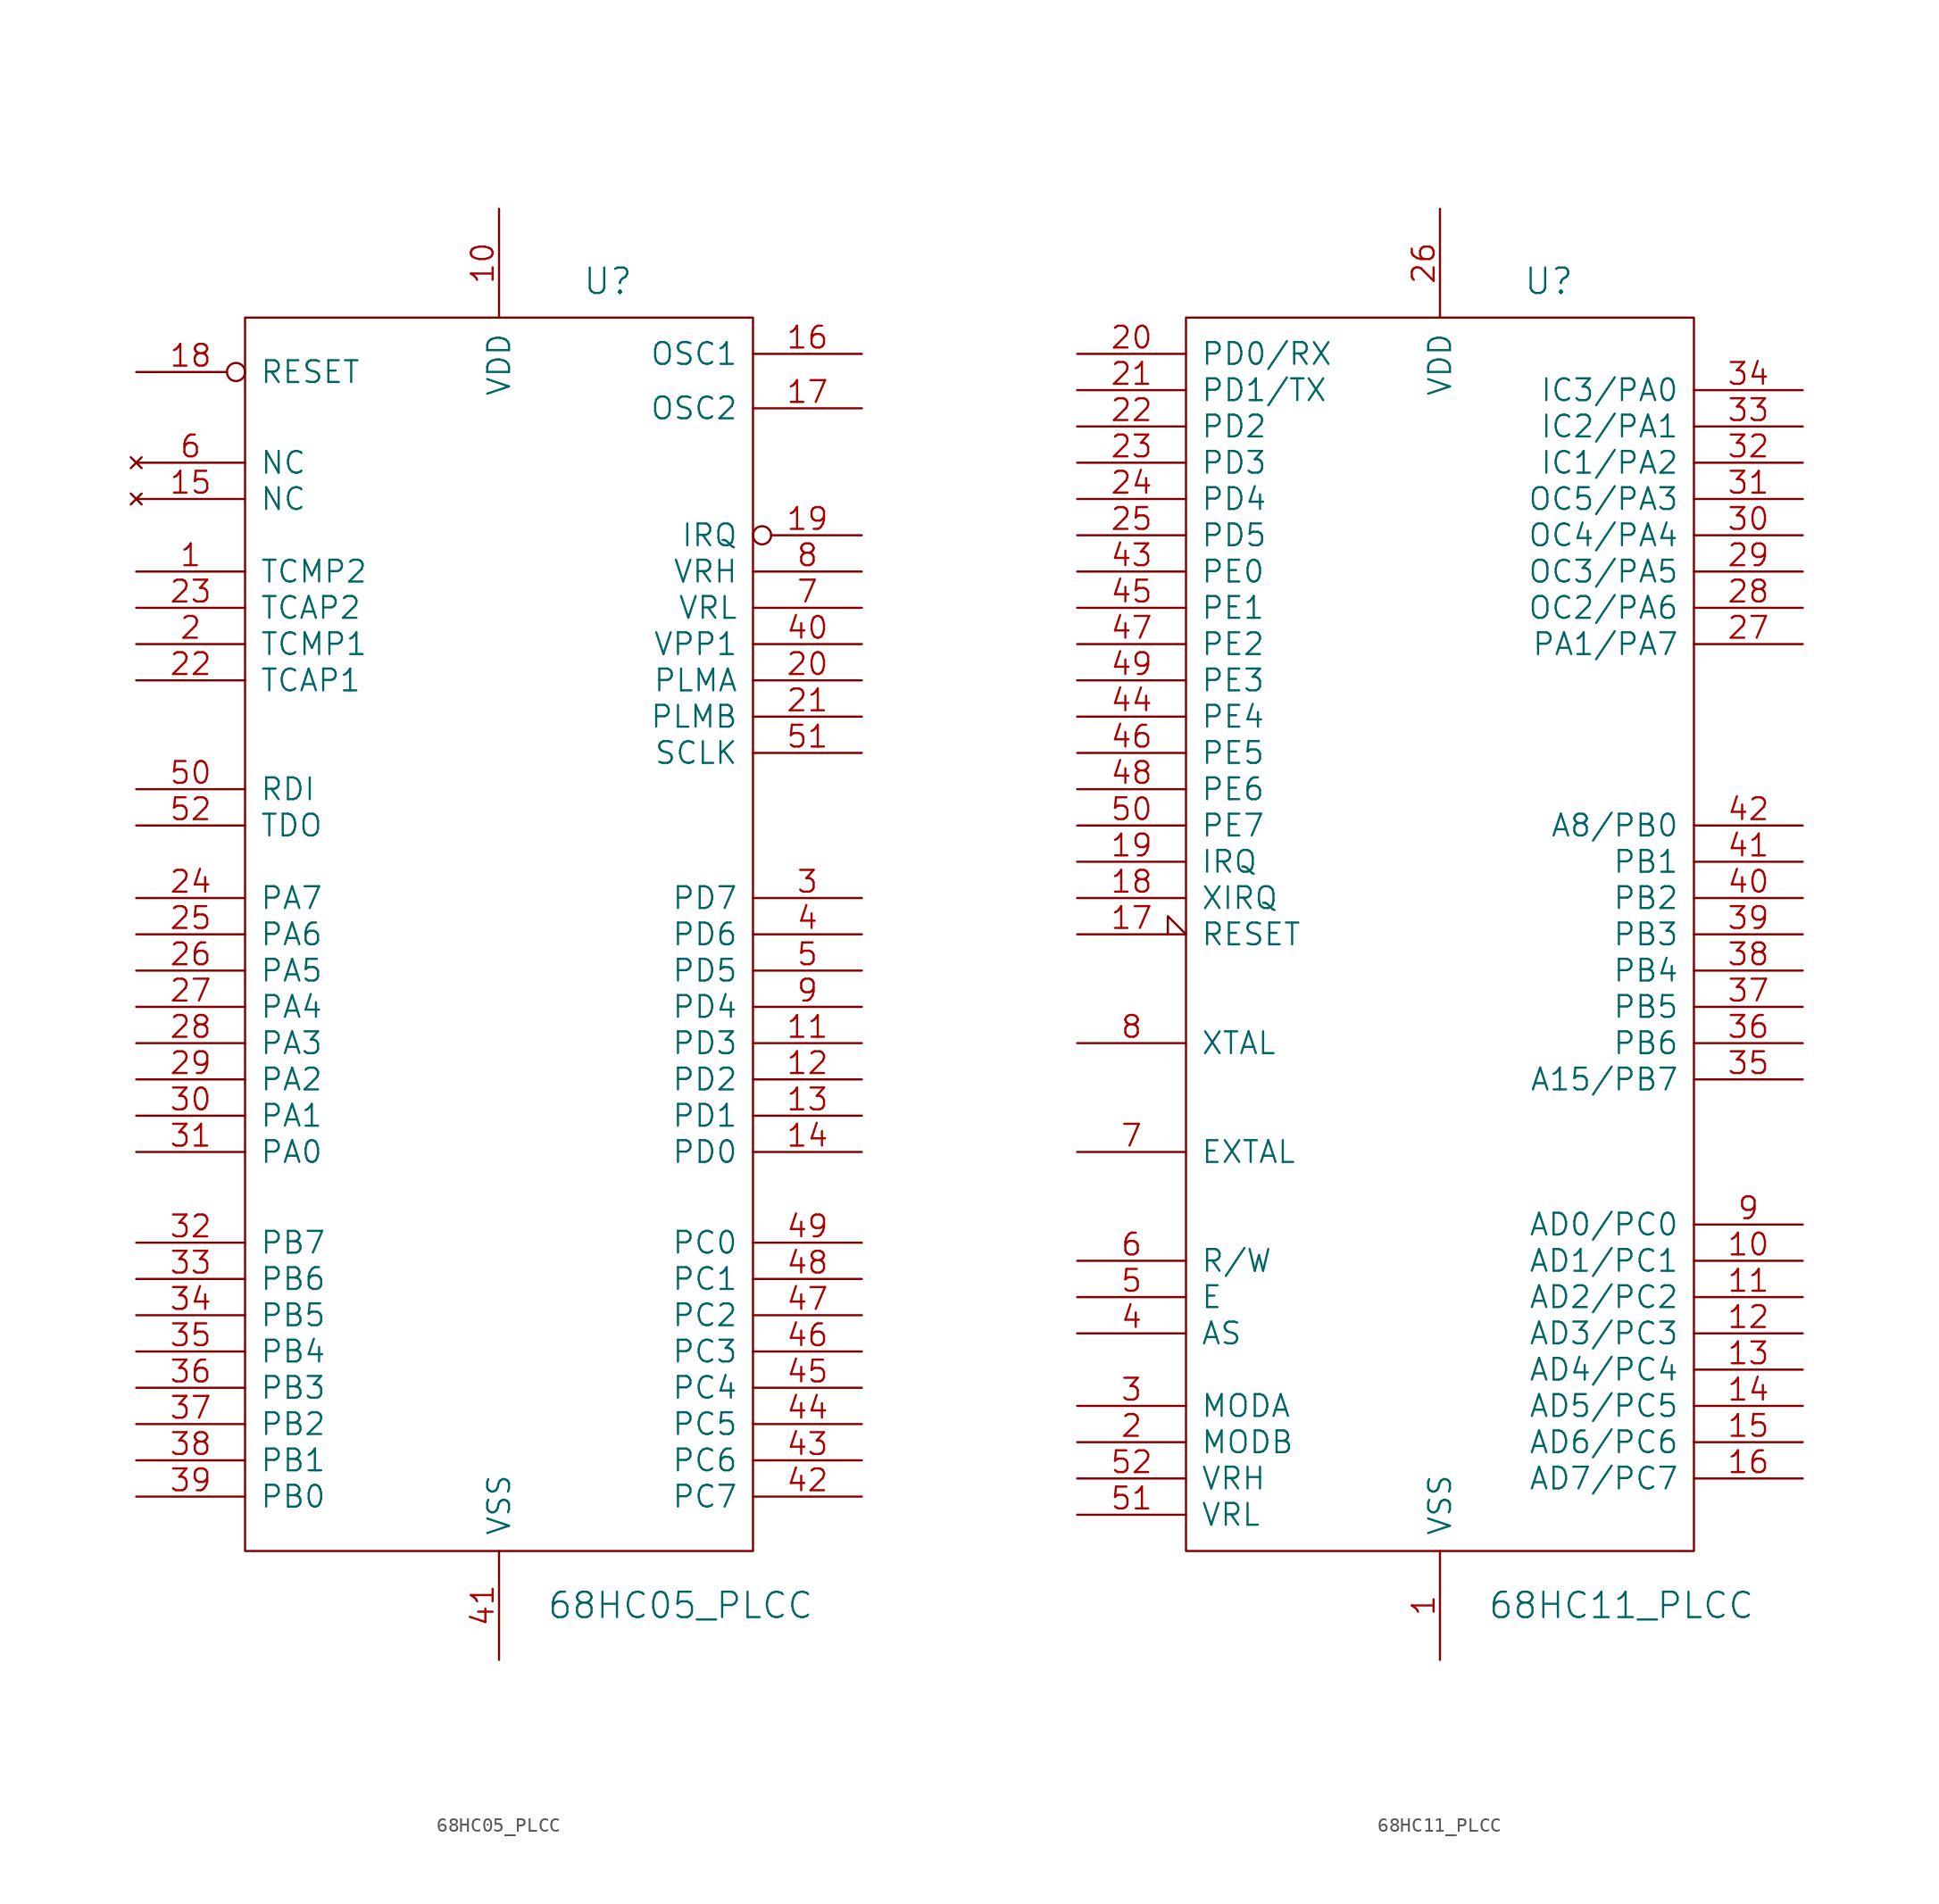
<source format=kicad_sym>
(kicad_symbol_lib
  (version 20211014)
  (generator kicad_symbol_editor)
  (symbol "68HC05_PLCC"
    (pin_names
      (offset 1.016))
    (property "Reference" "U"
      (at 7.62 45.72 0)
      (effects (font (size 1.778 1.778))))
    (property "Value" "68HC05_PLCC"
      (at 12.7 -46.99 0)
      (effects (font (size 1.778 1.778))))
    (property "Footprint" ""
      (at 0 0 0)
      (effects (font (size 1.524 1.524))))
    (property "Datasheet" ""
      (at 0 0 0)
      (effects (font (size 1.524 1.524))))
    (symbol "68HC05_PLCC_0_1"
      (rectangle (start -17.78 -43.18) (end 17.78 43.18) (stroke (width 0) (type default) (color 0 0 0 0)) (fill (type none))))
    (symbol "68HC05_PLCC_1_1"
      (pin output line (at -25.4 25.4 0) (length 7.62) (name "TCMP2" (effects (font (size 1.524 1.524)))) (number "1" (effects (font (size 1.524 1.524)))))
      (pin power_in line (at 0 50.8 270) (length 7.62) (name "VDD" (effects (font (size 1.524 1.524)))) (number "10" (effects (font (size 1.524 1.524)))))
      (pin bidirectional line (at 25.4 -7.62 180) (length 7.62) (name "PD3" (effects (font (size 1.524 1.524)))) (number "11" (effects (font (size 1.524 1.524)))))
      (pin bidirectional line (at 25.4 -10.16 180) (length 7.62) (name "PD2" (effects (font (size 1.524 1.524)))) (number "12" (effects (font (size 1.524 1.524)))))
      (pin bidirectional line (at 25.4 -12.7 180) (length 7.62) (name "PD1" (effects (font (size 1.524 1.524)))) (number "13" (effects (font (size 1.524 1.524)))))
      (pin bidirectional line (at 25.4 -15.24 180) (length 7.62) (name "PD0" (effects (font (size 1.524 1.524)))) (number "14" (effects (font (size 1.524 1.524)))))
      (pin no_connect line (at -25.4 30.48 0) (length 7.62) (name "NC" (effects (font (size 1.524 1.524)))) (number "15" (effects (font (size 1.524 1.524)))))
      (pin input line (at 25.4 40.64 180) (length 7.62) (name "OSC1" (effects (font (size 1.524 1.524)))) (number "16" (effects (font (size 1.524 1.524)))))
      (pin input line (at 25.4 36.83 180) (length 7.62) (name "OSC2" (effects (font (size 1.524 1.524)))) (number "17" (effects (font (size 1.524 1.524)))))
      (pin input inverted (at -25.4 39.37 0) (length 7.62) (name "RESET" (effects (font (size 1.524 1.524)))) (number "18" (effects (font (size 1.524 1.524)))))
      (pin input inverted (at 25.4 27.94 180) (length 7.62) (name "IRQ" (effects (font (size 1.524 1.524)))) (number "19" (effects (font (size 1.524 1.524)))))
      (pin input line (at -25.4 20.32 0) (length 7.62) (name "TCMP1" (effects (font (size 1.524 1.524)))) (number "2" (effects (font (size 1.524 1.524)))))
      (pin input line (at 25.4 17.78 180) (length 7.62) (name "PLMA" (effects (font (size 1.524 1.524)))) (number "20" (effects (font (size 1.524 1.524)))))
      (pin input line (at 25.4 15.24 180) (length 7.62) (name "PLMB" (effects (font (size 1.524 1.524)))) (number "21" (effects (font (size 1.524 1.524)))))
      (pin input line (at -25.4 17.78 0) (length 7.62) (name "TCAP1" (effects (font (size 1.524 1.524)))) (number "22" (effects (font (size 1.524 1.524)))))
      (pin input line (at -25.4 22.86 0) (length 7.62) (name "TCAP2" (effects (font (size 1.524 1.524)))) (number "23" (effects (font (size 1.524 1.524)))))
      (pin bidirectional line (at -25.4 2.54 0) (length 7.62) (name "PA7" (effects (font (size 1.524 1.524)))) (number "24" (effects (font (size 1.524 1.524)))))
      (pin bidirectional line (at -25.4 0 0) (length 7.62) (name "PA6" (effects (font (size 1.524 1.524)))) (number "25" (effects (font (size 1.524 1.524)))))
      (pin bidirectional line (at -25.4 -2.54 0) (length 7.62) (name "PA5" (effects (font (size 1.524 1.524)))) (number "26" (effects (font (size 1.524 1.524)))))
      (pin bidirectional line (at -25.4 -5.08 0) (length 7.62) (name "PA4" (effects (font (size 1.524 1.524)))) (number "27" (effects (font (size 1.524 1.524)))))
      (pin bidirectional line (at -25.4 -7.62 0) (length 7.62) (name "PA3" (effects (font (size 1.524 1.524)))) (number "28" (effects (font (size 1.524 1.524)))))
      (pin bidirectional line (at -25.4 -10.16 0) (length 7.62) (name "PA2" (effects (font (size 1.524 1.524)))) (number "29" (effects (font (size 1.524 1.524)))))
      (pin bidirectional line (at 25.4 2.54 180) (length 7.62) (name "PD7" (effects (font (size 1.524 1.524)))) (number "3" (effects (font (size 1.524 1.524)))))
      (pin bidirectional line (at -25.4 -12.7 0) (length 7.62) (name "PA1" (effects (font (size 1.524 1.524)))) (number "30" (effects (font (size 1.524 1.524)))))
      (pin bidirectional line (at -25.4 -15.24 0) (length 7.62) (name "PA0" (effects (font (size 1.524 1.524)))) (number "31" (effects (font (size 1.524 1.524)))))
      (pin bidirectional line (at -25.4 -21.59 0) (length 7.62) (name "PB7" (effects (font (size 1.524 1.524)))) (number "32" (effects (font (size 1.524 1.524)))))
      (pin bidirectional line (at -25.4 -24.13 0) (length 7.62) (name "PB6" (effects (font (size 1.524 1.524)))) (number "33" (effects (font (size 1.524 1.524)))))
      (pin bidirectional line (at -25.4 -26.67 0) (length 7.62) (name "PB5" (effects (font (size 1.524 1.524)))) (number "34" (effects (font (size 1.524 1.524)))))
      (pin bidirectional line (at -25.4 -29.21 0) (length 7.62) (name "PB4" (effects (font (size 1.524 1.524)))) (number "35" (effects (font (size 1.524 1.524)))))
      (pin bidirectional line (at -25.4 -31.75 0) (length 7.62) (name "PB3" (effects (font (size 1.524 1.524)))) (number "36" (effects (font (size 1.524 1.524)))))
      (pin bidirectional line (at -25.4 -34.29 0) (length 7.62) (name "PB2" (effects (font (size 1.524 1.524)))) (number "37" (effects (font (size 1.524 1.524)))))
      (pin bidirectional line (at -25.4 -36.83 0) (length 7.62) (name "PB1" (effects (font (size 1.524 1.524)))) (number "38" (effects (font (size 1.524 1.524)))))
      (pin bidirectional line (at -25.4 -39.37 0) (length 7.62) (name "PB0" (effects (font (size 1.524 1.524)))) (number "39" (effects (font (size 1.524 1.524)))))
      (pin bidirectional line (at 25.4 0 180) (length 7.62) (name "PD6" (effects (font (size 1.524 1.524)))) (number "4" (effects (font (size 1.524 1.524)))))
      (pin power_in line (at 25.4 20.32 180) (length 7.62) (name "VPP1" (effects (font (size 1.524 1.524)))) (number "40" (effects (font (size 1.524 1.524)))))
      (pin power_out line (at 0 -50.8 90) (length 7.62) (name "VSS" (effects (font (size 1.524 1.524)))) (number "41" (effects (font (size 1.524 1.524)))))
      (pin bidirectional line (at 25.4 -39.37 180) (length 7.62) (name "PC7" (effects (font (size 1.524 1.524)))) (number "42" (effects (font (size 1.524 1.524)))))
      (pin bidirectional line (at 25.4 -36.83 180) (length 7.62) (name "PC6" (effects (font (size 1.524 1.524)))) (number "43" (effects (font (size 1.524 1.524)))))
      (pin bidirectional line (at 25.4 -34.29 180) (length 7.62) (name "PC5" (effects (font (size 1.524 1.524)))) (number "44" (effects (font (size 1.524 1.524)))))
      (pin bidirectional line (at 25.4 -31.75 180) (length 7.62) (name "PC4" (effects (font (size 1.524 1.524)))) (number "45" (effects (font (size 1.524 1.524)))))
      (pin bidirectional line (at 25.4 -29.21 180) (length 7.62) (name "PC3" (effects (font (size 1.524 1.524)))) (number "46" (effects (font (size 1.524 1.524)))))
      (pin bidirectional line (at 25.4 -26.67 180) (length 7.62) (name "PC2" (effects (font (size 1.524 1.524)))) (number "47" (effects (font (size 1.524 1.524)))))
      (pin bidirectional line (at 25.4 -24.13 180) (length 7.62) (name "PC1" (effects (font (size 1.524 1.524)))) (number "48" (effects (font (size 1.524 1.524)))))
      (pin bidirectional line (at 25.4 -21.59 180) (length 7.62) (name "PC0" (effects (font (size 1.524 1.524)))) (number "49" (effects (font (size 1.524 1.524)))))
      (pin bidirectional line (at 25.4 -2.54 180) (length 7.62) (name "PD5" (effects (font (size 1.524 1.524)))) (number "5" (effects (font (size 1.524 1.524)))))
      (pin input line (at -25.4 10.16 0) (length 7.62) (name "RDI" (effects (font (size 1.524 1.524)))) (number "50" (effects (font (size 1.524 1.524)))))
      (pin input line (at 25.4 12.7 180) (length 7.62) (name "SCLK" (effects (font (size 1.524 1.524)))) (number "51" (effects (font (size 1.524 1.524)))))
      (pin output line (at -25.4 7.62 0) (length 7.62) (name "TDO" (effects (font (size 1.524 1.524)))) (number "52" (effects (font (size 1.524 1.524)))))
      (pin no_connect line (at -25.4 33.02 0) (length 7.62) (name "NC" (effects (font (size 1.524 1.524)))) (number "6" (effects (font (size 1.524 1.524)))))
      (pin input line (at 25.4 22.86 180) (length 7.62) (name "VRL" (effects (font (size 1.524 1.524)))) (number "7" (effects (font (size 1.524 1.524)))))
      (pin input line (at 25.4 25.4 180) (length 7.62) (name "VRH" (effects (font (size 1.524 1.524)))) (number "8" (effects (font (size 1.524 1.524)))))
      (pin bidirectional line (at 25.4 -5.08 180) (length 7.62) (name "PD4" (effects (font (size 1.524 1.524)))) (number "9" (effects (font (size 1.524 1.524)))))))
  (symbol "68HC11_PLCC"
    (pin_names
      (offset 1.016))
    (property "Reference" "U"
      (at 7.62 45.72 0)
      (effects (font (size 1.778 1.778))))
    (property "Value" "68HC11_PLCC"
      (at 12.7 -46.99 0)
      (effects (font (size 1.778 1.778))))
    (property "Footprint" ""
      (at 0 0 0)
      (effects (font (size 1.524 1.524))))
    (property "Datasheet" ""
      (at 0 0 0)
      (effects (font (size 1.524 1.524))))
    (symbol "68HC11_PLCC_0_1"
      (rectangle (start -17.78 -43.18) (end 17.78 43.18) (stroke (width 0) (type default) (color 0 0 0 0)) (fill (type none))))
    (symbol "68HC11_PLCC_1_1"
      (pin power_in line (at 0 -50.8 90) (length 7.62) (name "VSS" (effects (font (size 1.524 1.524)))) (number "1" (effects (font (size 1.524 1.524)))))
      (pin tri_state line (at 25.4 -22.86 180) (length 7.62) (name "AD1/PC1" (effects (font (size 1.524 1.524)))) (number "10" (effects (font (size 1.524 1.524)))))
      (pin tri_state line (at 25.4 -25.4 180) (length 7.62) (name "AD2/PC2" (effects (font (size 1.524 1.524)))) (number "11" (effects (font (size 1.524 1.524)))))
      (pin tri_state line (at 25.4 -27.94 180) (length 7.62) (name "AD3/PC3" (effects (font (size 1.524 1.524)))) (number "12" (effects (font (size 1.524 1.524)))))
      (pin tri_state line (at 25.4 -30.48 180) (length 7.62) (name "AD4/PC4" (effects (font (size 1.524 1.524)))) (number "13" (effects (font (size 1.524 1.524)))))
      (pin tri_state line (at 25.4 -33.02 180) (length 7.62) (name "AD5/PC5" (effects (font (size 1.524 1.524)))) (number "14" (effects (font (size 1.524 1.524)))))
      (pin tri_state line (at 25.4 -35.56 180) (length 7.62) (name "AD6/PC6" (effects (font (size 1.524 1.524)))) (number "15" (effects (font (size 1.524 1.524)))))
      (pin tri_state line (at 25.4 -38.1 180) (length 7.62) (name "AD7/PC7" (effects (font (size 1.524 1.524)))) (number "16" (effects (font (size 1.524 1.524)))))
      (pin input input_low (at -25.4 0 0) (length 7.62) (name "RESET" (effects (font (size 1.524 1.524)))) (number "17" (effects (font (size 1.524 1.524)))))
      (pin input line (at -25.4 2.54 0) (length 7.62) (name "XIRQ" (effects (font (size 1.524 1.524)))) (number "18" (effects (font (size 1.524 1.524)))))
      (pin input line (at -25.4 5.08 0) (length 7.62) (name "IRQ" (effects (font (size 1.524 1.524)))) (number "19" (effects (font (size 1.524 1.524)))))
      (pin input line (at -25.4 -35.56 0) (length 7.62) (name "MODB" (effects (font (size 1.524 1.524)))) (number "2" (effects (font (size 1.524 1.524)))))
      (pin bidirectional line (at -25.4 40.64 0) (length 7.62) (name "PD0/RX" (effects (font (size 1.524 1.524)))) (number "20" (effects (font (size 1.524 1.524)))))
      (pin bidirectional line (at -25.4 38.1 0) (length 7.62) (name "PD1/TX" (effects (font (size 1.524 1.524)))) (number "21" (effects (font (size 1.524 1.524)))))
      (pin bidirectional line (at -25.4 35.56 0) (length 7.62) (name "PD2" (effects (font (size 1.524 1.524)))) (number "22" (effects (font (size 1.524 1.524)))))
      (pin input line (at -25.4 33.02 0) (length 7.62) (name "PD3" (effects (font (size 1.524 1.524)))) (number "23" (effects (font (size 1.524 1.524)))))
      (pin bidirectional line (at -25.4 30.48 0) (length 7.62) (name "PD4" (effects (font (size 1.524 1.524)))) (number "24" (effects (font (size 1.524 1.524)))))
      (pin bidirectional line (at -25.4 27.94 0) (length 7.62) (name "PD5" (effects (font (size 1.524 1.524)))) (number "25" (effects (font (size 1.524 1.524)))))
      (pin power_in line (at 0 50.8 270) (length 7.62) (name "VDD" (effects (font (size 1.524 1.524)))) (number "26" (effects (font (size 1.524 1.524)))))
      (pin input line (at 25.4 20.32 180) (length 7.62) (name "PA1/PA7" (effects (font (size 1.524 1.524)))) (number "27" (effects (font (size 1.524 1.524)))))
      (pin output line (at 25.4 22.86 180) (length 7.62) (name "OC2/PA6" (effects (font (size 1.524 1.524)))) (number "28" (effects (font (size 1.524 1.524)))))
      (pin output line (at 25.4 25.4 180) (length 7.62) (name "OC3/PA5" (effects (font (size 1.524 1.524)))) (number "29" (effects (font (size 1.524 1.524)))))
      (pin input line (at -25.4 -33.02 0) (length 7.62) (name "MODA" (effects (font (size 1.524 1.524)))) (number "3" (effects (font (size 1.524 1.524)))))
      (pin output line (at 25.4 27.94 180) (length 7.62) (name "OC4/PA4" (effects (font (size 1.524 1.524)))) (number "30" (effects (font (size 1.524 1.524)))))
      (pin output line (at 25.4 30.48 180) (length 7.62) (name "OC5/PA3" (effects (font (size 1.524 1.524)))) (number "31" (effects (font (size 1.524 1.524)))))
      (pin input line (at 25.4 33.02 180) (length 7.62) (name "IC1/PA2" (effects (font (size 1.524 1.524)))) (number "32" (effects (font (size 1.524 1.524)))))
      (pin input line (at 25.4 35.56 180) (length 7.62) (name "IC2/PA1" (effects (font (size 1.524 1.524)))) (number "33" (effects (font (size 1.524 1.524)))))
      (pin input line (at 25.4 38.1 180) (length 7.62) (name "IC3/PA0" (effects (font (size 1.524 1.524)))) (number "34" (effects (font (size 1.524 1.524)))))
      (pin output line (at 25.4 -10.16 180) (length 7.62) (name "A15/PB7" (effects (font (size 1.524 1.524)))) (number "35" (effects (font (size 1.524 1.524)))))
      (pin output line (at 25.4 -7.62 180) (length 7.62) (name "PB6" (effects (font (size 1.524 1.524)))) (number "36" (effects (font (size 1.524 1.524)))))
      (pin output line (at 25.4 -5.08 180) (length 7.62) (name "PB5" (effects (font (size 1.524 1.524)))) (number "37" (effects (font (size 1.524 1.524)))))
      (pin output line (at 25.4 -2.54 180) (length 7.62) (name "PB4" (effects (font (size 1.524 1.524)))) (number "38" (effects (font (size 1.524 1.524)))))
      (pin output line (at 25.4 0 180) (length 7.62) (name "PB3" (effects (font (size 1.524 1.524)))) (number "39" (effects (font (size 1.524 1.524)))))
      (pin output line (at -25.4 -27.94 0) (length 7.62) (name "AS" (effects (font (size 1.524 1.524)))) (number "4" (effects (font (size 1.524 1.524)))))
      (pin output line (at 25.4 2.54 180) (length 7.62) (name "PB2" (effects (font (size 1.524 1.524)))) (number "40" (effects (font (size 1.524 1.524)))))
      (pin output line (at 25.4 5.08 180) (length 7.62) (name "PB1" (effects (font (size 1.524 1.524)))) (number "41" (effects (font (size 1.524 1.524)))))
      (pin output line (at 25.4 7.62 180) (length 7.62) (name "A8/PB0" (effects (font (size 1.524 1.524)))) (number "42" (effects (font (size 1.524 1.524)))))
      (pin input line (at -25.4 25.4 0) (length 7.62) (name "PE0" (effects (font (size 1.524 1.524)))) (number "43" (effects (font (size 1.524 1.524)))))
      (pin input line (at -25.4 15.24 0) (length 7.62) (name "PE4" (effects (font (size 1.524 1.524)))) (number "44" (effects (font (size 1.524 1.524)))))
      (pin input line (at -25.4 22.86 0) (length 7.62) (name "PE1" (effects (font (size 1.524 1.524)))) (number "45" (effects (font (size 1.524 1.524)))))
      (pin input line (at -25.4 12.7 0) (length 7.62) (name "PE5" (effects (font (size 1.524 1.524)))) (number "46" (effects (font (size 1.524 1.524)))))
      (pin input line (at -25.4 20.32 0) (length 7.62) (name "PE2" (effects (font (size 1.524 1.524)))) (number "47" (effects (font (size 1.524 1.524)))))
      (pin input line (at -25.4 10.16 0) (length 7.62) (name "PE6" (effects (font (size 1.524 1.524)))) (number "48" (effects (font (size 1.524 1.524)))))
      (pin input line (at -25.4 17.78 0) (length 7.62) (name "PE3" (effects (font (size 1.524 1.524)))) (number "49" (effects (font (size 1.524 1.524)))))
      (pin output line (at -25.4 -25.4 0) (length 7.62) (name "E" (effects (font (size 1.524 1.524)))) (number "5" (effects (font (size 1.524 1.524)))))
      (pin input line (at -25.4 7.62 0) (length 7.62) (name "PE7" (effects (font (size 1.524 1.524)))) (number "50" (effects (font (size 1.524 1.524)))))
      (pin passive line (at -25.4 -40.64 0) (length 7.62) (name "VRL" (effects (font (size 1.524 1.524)))) (number "51" (effects (font (size 1.524 1.524)))))
      (pin passive line (at -25.4 -38.1 0) (length 7.62) (name "VRH" (effects (font (size 1.524 1.524)))) (number "52" (effects (font (size 1.524 1.524)))))
      (pin output line (at -25.4 -22.86 0) (length 7.62) (name "R/W" (effects (font (size 1.524 1.524)))) (number "6" (effects (font (size 1.524 1.524)))))
      (pin input line (at -25.4 -15.24 0) (length 7.62) (name "EXTAL" (effects (font (size 1.524 1.524)))) (number "7" (effects (font (size 1.524 1.524)))))
      (pin output line (at -25.4 -7.62 0) (length 7.62) (name "XTAL" (effects (font (size 1.524 1.524)))) (number "8" (effects (font (size 1.524 1.524)))))
      (pin tri_state line (at 25.4 -20.32 180) (length 7.62) (name "AD0/PC0" (effects (font (size 1.524 1.524)))) (number "9" (effects (font (size 1.524 1.524))))))))
</source>
